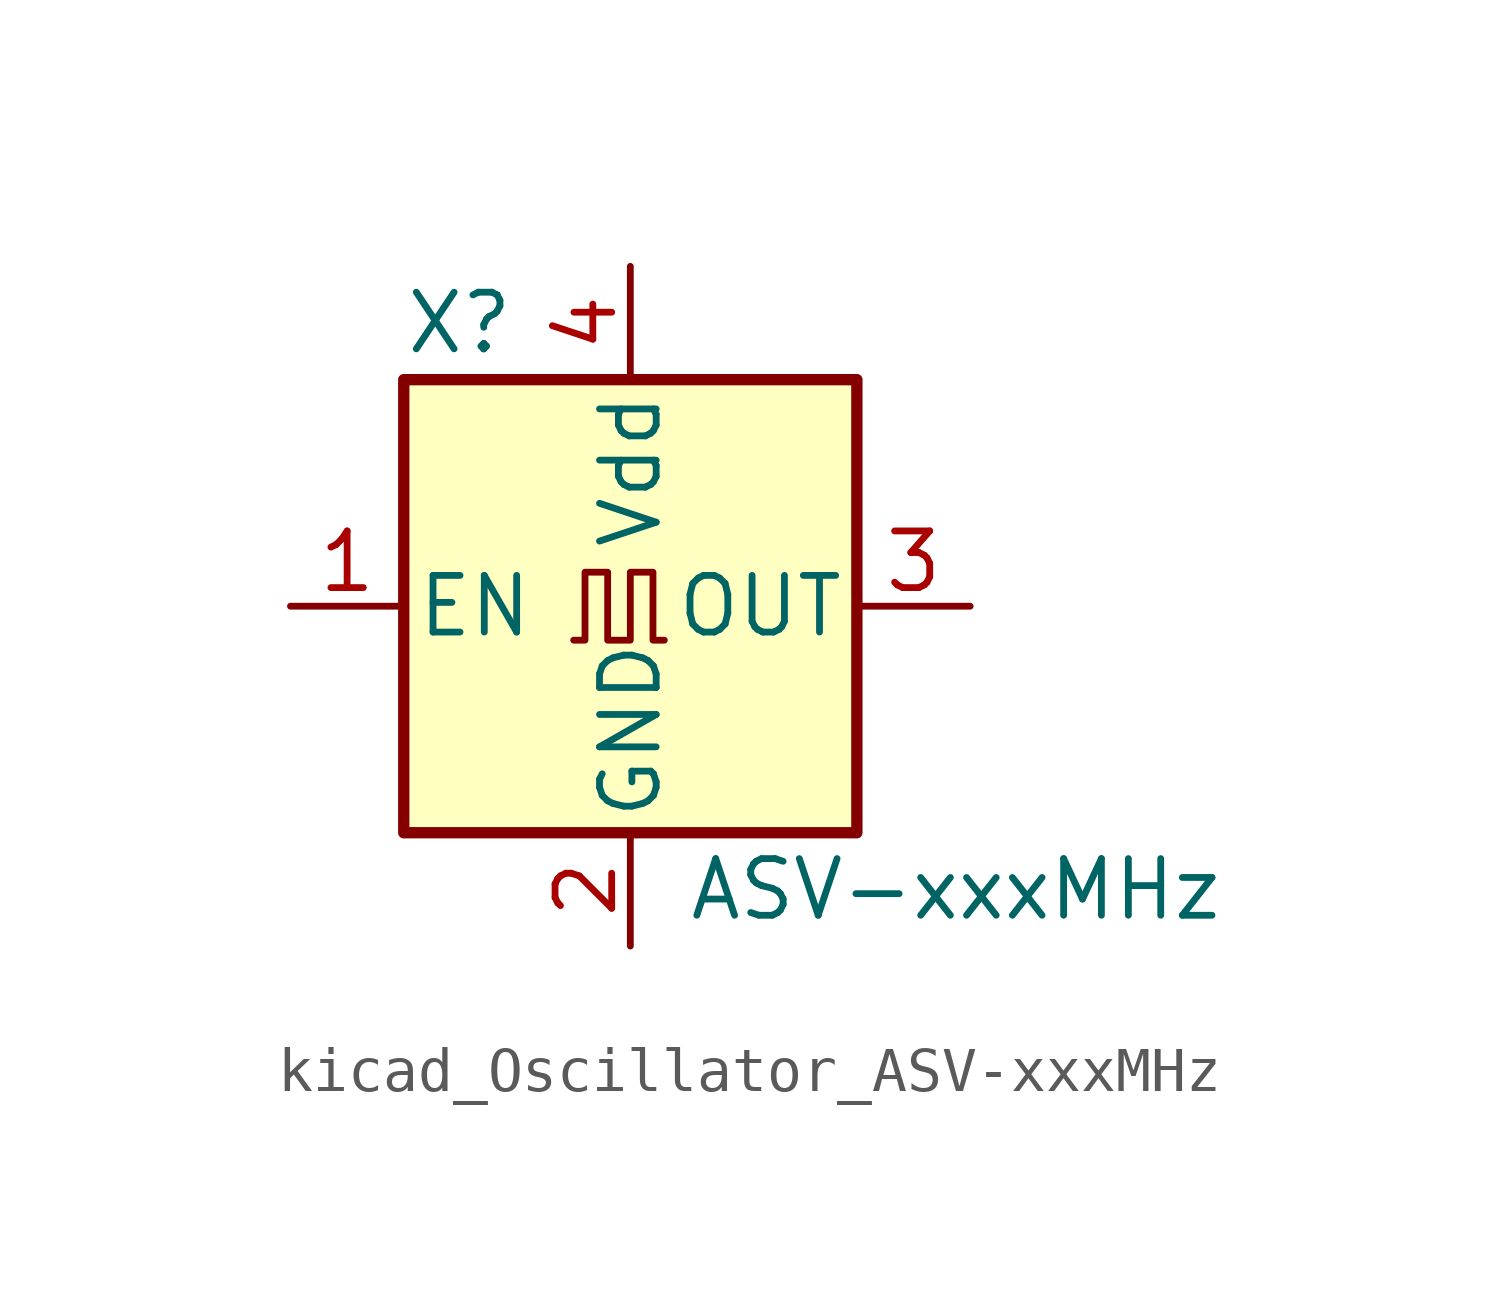
<source format=kicad_sym>
(kicad_symbol_lib
  (version 20220914)
  (generator kicad_symbol_editor)
  (symbol "kicad_Oscillator_ASV-xxxMHz"
    (pin_names
      (offset 0.254))
    (property "Reference" "X"
      (at -5.08 6.35 0)
      (effects (font (size 1.27 1.27)) (justify left)))
    (property "Value" "ASV-xxxMHz"
      (at 1.27 -6.35 0)
      (effects (font (size 1.27 1.27)) (justify left)))
    (symbol "kicad_Oscillator_ASV-xxxMHz_0_1"
      (rectangle (start -5.08 5.08) (end 5.08 -5.08) (stroke (width 0.254) (type default)) (fill (type background)))
      (polyline (pts (xy -1.27 -0.762) (xy -1.016 -0.762) (xy -1.016 0.762) (xy -0.508 0.762) (xy -0.508 -0.762) (xy 0 -0.762) (xy 0 0.762) (xy 0.508 0.762) (xy 0.508 -0.762) (xy 0.762 -0.762)) (stroke (width 0) (type default)) (fill (type none))))
    (symbol "kicad_Oscillator_ASV-xxxMHz_1_1"
      (pin input line (at -7.62 0 0) (length 2.54) (name "EN" (effects (font (size 1.27 1.27)))) (number "1" (effects (font (size 1.27 1.27)))))
      (pin power_in line (at 0 -7.62 90) (length 2.54) (name "GND" (effects (font (size 1.27 1.27)))) (number "2" (effects (font (size 1.27 1.27)))))
      (pin output line (at 7.62 0 180) (length 2.54) (name "OUT" (effects (font (size 1.27 1.27)))) (number "3" (effects (font (size 1.27 1.27)))))
      (pin power_in line (at 0 7.62 270) (length 2.54) (name "Vdd" (effects (font (size 1.27 1.27)))) (number "4" (effects (font (size 1.27 1.27))))))))
</source>
